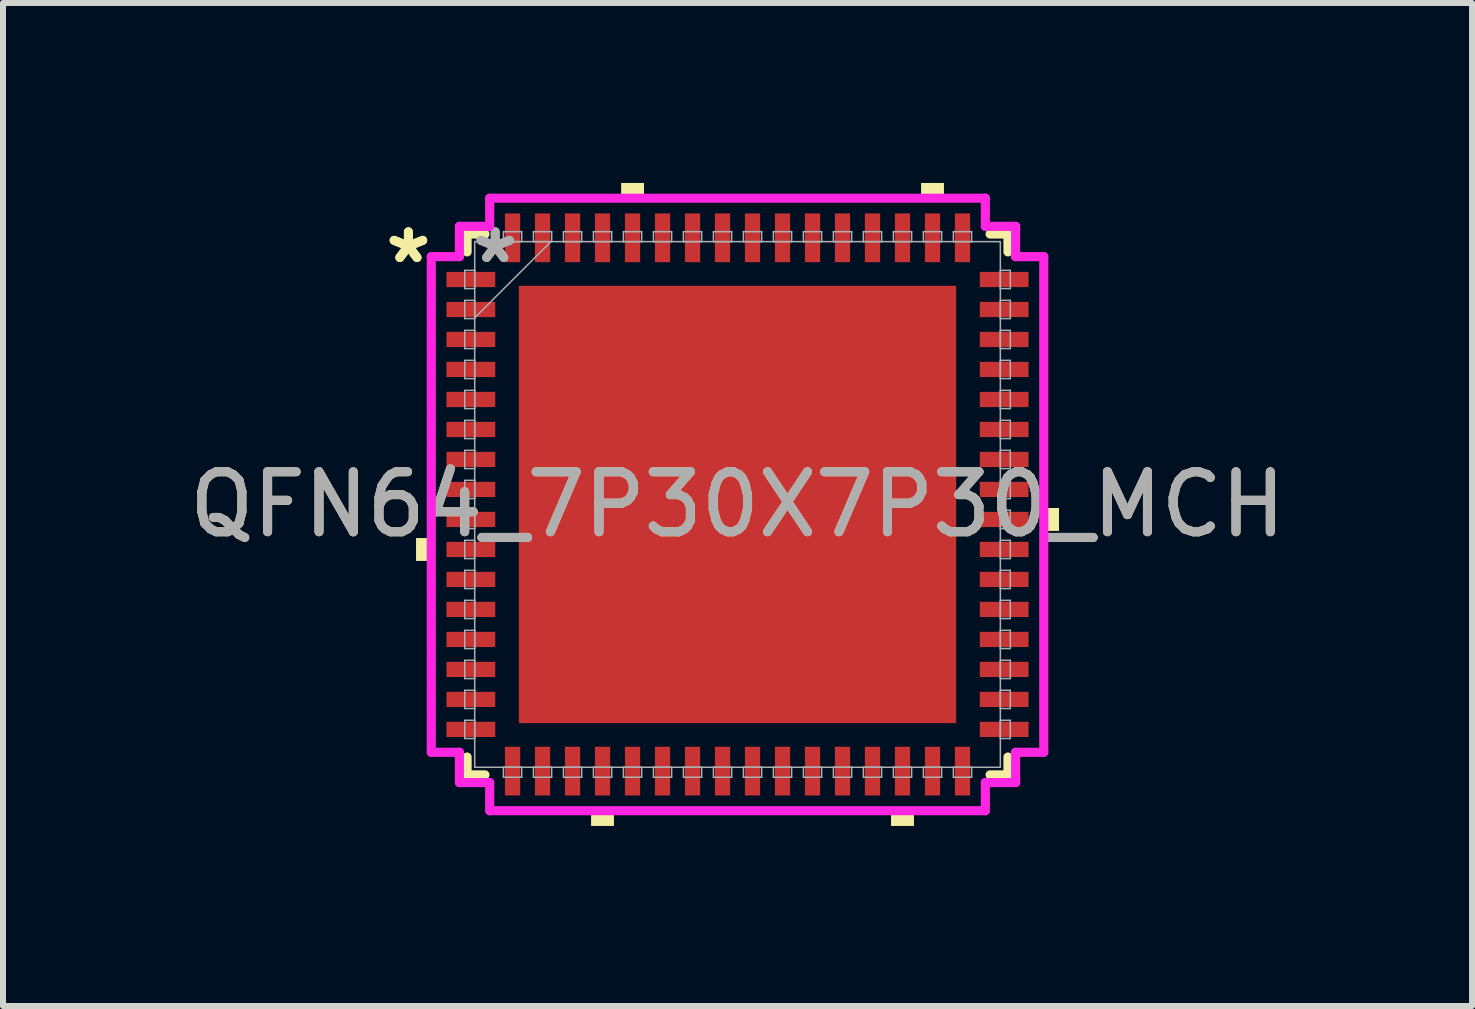
<source format=kicad_pcb>
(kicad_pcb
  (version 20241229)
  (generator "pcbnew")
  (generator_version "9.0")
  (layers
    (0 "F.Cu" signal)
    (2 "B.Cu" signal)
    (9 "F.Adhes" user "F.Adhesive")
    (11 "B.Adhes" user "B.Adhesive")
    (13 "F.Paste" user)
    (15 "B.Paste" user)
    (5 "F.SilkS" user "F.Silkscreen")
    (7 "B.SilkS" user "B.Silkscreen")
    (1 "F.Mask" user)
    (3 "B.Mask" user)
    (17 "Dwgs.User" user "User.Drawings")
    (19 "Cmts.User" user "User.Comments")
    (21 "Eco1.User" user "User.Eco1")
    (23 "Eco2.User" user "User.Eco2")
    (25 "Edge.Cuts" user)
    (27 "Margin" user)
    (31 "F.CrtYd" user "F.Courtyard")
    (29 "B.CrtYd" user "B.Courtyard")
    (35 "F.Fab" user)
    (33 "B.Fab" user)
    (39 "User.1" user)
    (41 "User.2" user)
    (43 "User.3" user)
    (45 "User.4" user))
  (footprint "QFN64_7P30X7P30_MCH"
    (layer "F.Cu")
    (at 9.244 5.359)
    (property "Reference" "QFN64_7P30X7P30_MCH" (at 0 0 0) (unlocked yes) (layer "F.SilkS") (effects (font (size 1 1) (thickness 0.15))))
    (attr smd)
    (fp_line (start -4.508 -4.508) (end -4.508 -4.21) (stroke (width 0.152) (type solid)) (layer "F.SilkS"))
    (fp_line (start -4.508 4.21) (end -4.508 4.508) (stroke (width 0.152) (type solid)) (layer "F.SilkS"))
    (fp_line (start -4.508 4.508) (end -4.21 4.508) (stroke (width 0.152) (type solid)) (layer "F.SilkS"))
    (fp_line (start -4.21 -4.508) (end -4.508 -4.508) (stroke (width 0.152) (type solid)) (layer "F.SilkS"))
    (fp_line (start 4.21 4.508) (end 4.508 4.508) (stroke (width 0.152) (type solid)) (layer "F.SilkS"))
    (fp_line (start 4.508 -4.508) (end 4.21 -4.508) (stroke (width 0.152) (type solid)) (layer "F.SilkS"))
    (fp_line (start 4.508 -4.21) (end 4.508 -4.508) (stroke (width 0.152) (type solid)) (layer "F.SilkS"))
    (fp_line (start 4.508 4.508) (end 4.508 4.21) (stroke (width 0.152) (type solid)) (layer "F.SilkS"))
    (fp_poly (pts (xy -5.359 0.56) (xy -5.359 0.941) (xy -5.105 0.941) (xy -5.105 0.56)) (stroke (width 0) (type solid)) (fill yes) (layer "F.SilkS"))
    (fp_poly (pts (xy -2.441 5.105) (xy -2.441 5.359) (xy -2.06 5.359) (xy -2.06 5.105)) (stroke (width 0) (type solid)) (fill yes) (layer "F.SilkS"))
    (fp_poly (pts (xy -1.94 -5.105) (xy -1.94 -5.359) (xy -1.559 -5.359) (xy -1.559 -5.105)) (stroke (width 0) (type solid)) (fill yes) (layer "F.SilkS"))
    (fp_poly (pts (xy 2.559 5.105) (xy 2.559 5.359) (xy 2.941 5.359) (xy 2.941 5.105)) (stroke (width 0) (type solid)) (fill yes) (layer "F.SilkS"))
    (fp_poly (pts (xy 3.06 -5.105) (xy 3.06 -5.359) (xy 3.441 -5.359) (xy 3.441 -5.105)) (stroke (width 0) (type solid)) (fill yes) (layer "F.SilkS"))
    (fp_poly (pts (xy 5.359 0.059) (xy 5.359 0.441) (xy 5.105 0.441) (xy 5.105 0.059)) (stroke (width 0) (type solid)) (fill yes) (layer "F.SilkS"))
    (fp_poly (pts (xy -3.545 -3.545) (xy -3.545 -2.287) (xy -2.287 -2.287) (xy -2.287 -3.545)) (stroke (width 0) (type solid)) (fill yes) (layer "F.Paste"))
    (fp_poly (pts (xy -3.545 -2.087) (xy -3.545 -0.829) (xy -2.287 -0.829) (xy -2.287 -2.087)) (stroke (width 0) (type solid)) (fill yes) (layer "F.Paste"))
    (fp_poly (pts (xy -3.545 -0.629) (xy -3.545 0.629) (xy -2.287 0.629) (xy -2.287 -0.629)) (stroke (width 0) (type solid)) (fill yes) (layer "F.Paste"))
    (fp_poly (pts (xy -3.545 0.829) (xy -3.545 2.087) (xy -2.287 2.087) (xy -2.287 0.829)) (stroke (width 0) (type solid)) (fill yes) (layer "F.Paste"))
    (fp_poly (pts (xy -3.545 2.287) (xy -3.545 3.545) (xy -2.287 3.545) (xy -2.287 2.287)) (stroke (width 0) (type solid)) (fill yes) (layer "F.Paste"))
    (fp_poly (pts (xy -2.087 -3.545) (xy -2.087 -2.287) (xy -0.829 -2.287) (xy -0.829 -3.545)) (stroke (width 0) (type solid)) (fill yes) (layer "F.Paste"))
    (fp_poly (pts (xy -2.087 -2.087) (xy -2.087 -0.829) (xy -0.829 -0.829) (xy -0.829 -2.087)) (stroke (width 0) (type solid)) (fill yes) (layer "F.Paste"))
    (fp_poly (pts (xy -2.087 -0.629) (xy -2.087 0.629) (xy -0.829 0.629) (xy -0.829 -0.629)) (stroke (width 0) (type solid)) (fill yes) (layer "F.Paste"))
    (fp_poly (pts (xy -2.087 0.829) (xy -2.087 2.087) (xy -0.829 2.087) (xy -0.829 0.829)) (stroke (width 0) (type solid)) (fill yes) (layer "F.Paste"))
    (fp_poly (pts (xy -2.087 2.287) (xy -2.087 3.545) (xy -0.829 3.545) (xy -0.829 2.287)) (stroke (width 0) (type solid)) (fill yes) (layer "F.Paste"))
    (fp_poly (pts (xy -0.629 -3.545) (xy -0.629 -2.287) (xy 0.629 -2.287) (xy 0.629 -3.545)) (stroke (width 0) (type solid)) (fill yes) (layer "F.Paste"))
    (fp_poly (pts (xy -0.629 -2.087) (xy -0.629 -0.829) (xy 0.629 -0.829) (xy 0.629 -2.087)) (stroke (width 0) (type solid)) (fill yes) (layer "F.Paste"))
    (fp_poly (pts (xy -0.629 -0.629) (xy -0.629 0.629) (xy 0.629 0.629) (xy 0.629 -0.629)) (stroke (width 0) (type solid)) (fill yes) (layer "F.Paste"))
    (fp_poly (pts (xy -0.629 0.829) (xy -0.629 2.087) (xy 0.629 2.087) (xy 0.629 0.829)) (stroke (width 0) (type solid)) (fill yes) (layer "F.Paste"))
    (fp_poly (pts (xy -0.629 2.287) (xy -0.629 3.545) (xy 0.629 3.545) (xy 0.629 2.287)) (stroke (width 0) (type solid)) (fill yes) (layer "F.Paste"))
    (fp_poly (pts (xy 0.829 -3.545) (xy 0.829 -2.287) (xy 2.087 -2.287) (xy 2.087 -3.545)) (stroke (width 0) (type solid)) (fill yes) (layer "F.Paste"))
    (fp_poly (pts (xy 0.829 -2.087) (xy 0.829 -0.829) (xy 2.087 -0.829) (xy 2.087 -2.087)) (stroke (width 0) (type solid)) (fill yes) (layer "F.Paste"))
    (fp_poly (pts (xy 0.829 -0.629) (xy 0.829 0.629) (xy 2.087 0.629) (xy 2.087 -0.629)) (stroke (width 0) (type solid)) (fill yes) (layer "F.Paste"))
    (fp_poly (pts (xy 0.829 0.829) (xy 0.829 2.087) (xy 2.087 2.087) (xy 2.087 0.829)) (stroke (width 0) (type solid)) (fill yes) (layer "F.Paste"))
    (fp_poly (pts (xy 0.829 2.287) (xy 0.829 3.545) (xy 2.087 3.545) (xy 2.087 2.287)) (stroke (width 0) (type solid)) (fill yes) (layer "F.Paste"))
    (fp_poly (pts (xy 2.287 -3.545) (xy 2.287 -2.287) (xy 3.545 -2.287) (xy 3.545 -3.545)) (stroke (width 0) (type solid)) (fill yes) (layer "F.Paste"))
    (fp_poly (pts (xy 2.287 -2.087) (xy 2.287 -0.829) (xy 3.545 -0.829) (xy 3.545 -2.087)) (stroke (width 0) (type solid)) (fill yes) (layer "F.Paste"))
    (fp_poly (pts (xy 2.287 -0.629) (xy 2.287 0.629) (xy 3.545 0.629) (xy 3.545 -0.629)) (stroke (width 0) (type solid)) (fill yes) (layer "F.Paste"))
    (fp_poly (pts (xy 2.287 0.829) (xy 2.287 2.087) (xy 3.545 2.087) (xy 3.545 0.829)) (stroke (width 0) (type solid)) (fill yes) (layer "F.Paste"))
    (fp_poly (pts (xy 2.287 2.287) (xy 2.287 3.545) (xy 3.545 3.545) (xy 3.545 2.287)) (stroke (width 0) (type solid)) (fill yes) (layer "F.Paste"))
    (fp_line (start -5.105 -4.131) (end -4.636 -4.131) (stroke (width 0.152) (type solid)) (layer "F.CrtYd"))
    (fp_line (start -5.105 4.131) (end -5.105 -4.131) (stroke (width 0.152) (type solid)) (layer "F.CrtYd"))
    (fp_line (start -4.636 -4.636) (end -4.131 -4.636) (stroke (width 0.152) (type solid)) (layer "F.CrtYd"))
    (fp_line (start -4.636 -4.131) (end -4.636 -4.636) (stroke (width 0.152) (type solid)) (layer "F.CrtYd"))
    (fp_line (start -4.636 4.131) (end -5.105 4.131) (stroke (width 0.152) (type solid)) (layer "F.CrtYd"))
    (fp_line (start -4.636 4.636) (end -4.636 4.131) (stroke (width 0.152) (type solid)) (layer "F.CrtYd"))
    (fp_line (start -4.131 -5.105) (end 4.131 -5.105) (stroke (width 0.152) (type solid)) (layer "F.CrtYd"))
    (fp_line (start -4.131 -4.636) (end -4.131 -5.105) (stroke (width 0.152) (type solid)) (layer "F.CrtYd"))
    (fp_line (start -4.131 4.636) (end -4.636 4.636) (stroke (width 0.152) (type solid)) (layer "F.CrtYd"))
    (fp_line (start -4.131 5.105) (end -4.131 4.636) (stroke (width 0.152) (type solid)) (layer "F.CrtYd"))
    (fp_line (start 4.131 -5.105) (end 4.131 -4.636) (stroke (width 0.152) (type solid)) (layer "F.CrtYd"))
    (fp_line (start 4.131 -4.636) (end 4.636 -4.636) (stroke (width 0.152) (type solid)) (layer "F.CrtYd"))
    (fp_line (start 4.131 4.636) (end 4.131 5.105) (stroke (width 0.152) (type solid)) (layer "F.CrtYd"))
    (fp_line (start 4.131 5.105) (end -4.131 5.105) (stroke (width 0.152) (type solid)) (layer "F.CrtYd"))
    (fp_line (start 4.636 -4.636) (end 4.636 -4.131) (stroke (width 0.152) (type solid)) (layer "F.CrtYd"))
    (fp_line (start 4.636 -4.131) (end 5.105 -4.131) (stroke (width 0.152) (type solid)) (layer "F.CrtYd"))
    (fp_line (start 4.636 4.131) (end 4.636 4.636) (stroke (width 0.152) (type solid)) (layer "F.CrtYd"))
    (fp_line (start 4.636 4.636) (end 4.131 4.636) (stroke (width 0.152) (type solid)) (layer "F.CrtYd"))
    (fp_line (start 5.105 -4.131) (end 5.105 4.131) (stroke (width 0.152) (type solid)) (layer "F.CrtYd"))
    (fp_line (start 5.105 4.131) (end 4.636 4.131) (stroke (width 0.152) (type solid)) (layer "F.CrtYd"))
    (fp_line (start -4.547 -3.902) (end -4.547 -3.598) (stroke (width 0.025) (type solid)) (layer "F.Fab"))
    (fp_line (start -4.547 -3.598) (end -4.381 -3.598) (stroke (width 0.025) (type solid)) (layer "F.Fab"))
    (fp_line (start -4.547 -3.402) (end -4.547 -3.098) (stroke (width 0.025) (type solid)) (layer "F.Fab"))
    (fp_line (start -4.547 -3.098) (end -4.381 -3.098) (stroke (width 0.025) (type solid)) (layer "F.Fab"))
    (fp_line (start -4.547 -2.902) (end -4.547 -2.598) (stroke (width 0.025) (type solid)) (layer "F.Fab"))
    (fp_line (start -4.547 -2.598) (end -4.381 -2.598) (stroke (width 0.025) (type solid)) (layer "F.Fab"))
    (fp_line (start -4.547 -2.402) (end -4.547 -2.098) (stroke (width 0.025) (type solid)) (layer "F.Fab"))
    (fp_line (start -4.547 -2.098) (end -4.381 -2.098) (stroke (width 0.025) (type solid)) (layer "F.Fab"))
    (fp_line (start -4.547 -1.902) (end -4.547 -1.598) (stroke (width 0.025) (type solid)) (layer "F.Fab"))
    (fp_line (start -4.547 -1.598) (end -4.381 -1.598) (stroke (width 0.025) (type solid)) (layer "F.Fab"))
    (fp_line (start -4.547 -1.402) (end -4.547 -1.098) (stroke (width 0.025) (type solid)) (layer "F.Fab"))
    (fp_line (start -4.547 -1.098) (end -4.381 -1.098) (stroke (width 0.025) (type solid)) (layer "F.Fab"))
    (fp_line (start -4.547 -0.902) (end -4.547 -0.598) (stroke (width 0.025) (type solid)) (layer "F.Fab"))
    (fp_line (start -4.547 -0.598) (end -4.381 -0.598) (stroke (width 0.025) (type solid)) (layer "F.Fab"))
    (fp_line (start -4.547 -0.402) (end -4.547 -0.098) (stroke (width 0.025) (type solid)) (layer "F.Fab"))
    (fp_line (start -4.547 -0.098) (end -4.381 -0.098) (stroke (width 0.025) (type solid)) (layer "F.Fab"))
    (fp_line (start -4.547 0.098) (end -4.547 0.402) (stroke (width 0.025) (type solid)) (layer "F.Fab"))
    (fp_line (start -4.547 0.402) (end -4.381 0.402) (stroke (width 0.025) (type solid)) (layer "F.Fab"))
    (fp_line (start -4.547 0.598) (end -4.547 0.902) (stroke (width 0.025) (type solid)) (layer "F.Fab"))
    (fp_line (start -4.547 0.902) (end -4.381 0.902) (stroke (width 0.025) (type solid)) (layer "F.Fab"))
    (fp_line (start -4.547 1.098) (end -4.547 1.402) (stroke (width 0.025) (type solid)) (layer "F.Fab"))
    (fp_line (start -4.547 1.402) (end -4.381 1.402) (stroke (width 0.025) (type solid)) (layer "F.Fab"))
    (fp_line (start -4.547 1.598) (end -4.547 1.902) (stroke (width 0.025) (type solid)) (layer "F.Fab"))
    (fp_line (start -4.547 1.902) (end -4.381 1.902) (stroke (width 0.025) (type solid)) (layer "F.Fab"))
    (fp_line (start -4.547 2.098) (end -4.547 2.402) (stroke (width 0.025) (type solid)) (layer "F.Fab"))
    (fp_line (start -4.547 2.402) (end -4.381 2.402) (stroke (width 0.025) (type solid)) (layer "F.Fab"))
    (fp_line (start -4.547 2.598) (end -4.547 2.902) (stroke (width 0.025) (type solid)) (layer "F.Fab"))
    (fp_line (start -4.547 2.902) (end -4.381 2.902) (stroke (width 0.025) (type solid)) (layer "F.Fab"))
    (fp_line (start -4.547 3.098) (end -4.547 3.402) (stroke (width 0.025) (type solid)) (layer "F.Fab"))
    (fp_line (start -4.547 3.402) (end -4.381 3.402) (stroke (width 0.025) (type solid)) (layer "F.Fab"))
    (fp_line (start -4.547 3.598) (end -4.547 3.902) (stroke (width 0.025) (type solid)) (layer "F.Fab"))
    (fp_line (start -4.547 3.902) (end -4.381 3.902) (stroke (width 0.025) (type solid)) (layer "F.Fab"))
    (fp_line (start -4.381 -4.381) (end -4.381 -4.381) (stroke (width 0.025) (type solid)) (layer "F.Fab"))
    (fp_line (start -4.381 -4.381) (end -4.381 4.381) (stroke (width 0.025) (type solid)) (layer "F.Fab"))
    (fp_line (start -4.381 -3.902) (end -4.547 -3.902) (stroke (width 0.025) (type solid)) (layer "F.Fab"))
    (fp_line (start -4.381 -3.598) (end -4.381 -3.902) (stroke (width 0.025) (type solid)) (layer "F.Fab"))
    (fp_line (start -4.381 -3.402) (end -4.547 -3.402) (stroke (width 0.025) (type solid)) (layer "F.Fab"))
    (fp_line (start -4.381 -3.111) (end -3.111 -4.381) (stroke (width 0.025) (type solid)) (layer "F.Fab"))
    (fp_line (start -4.381 -3.098) (end -4.381 -3.402) (stroke (width 0.025) (type solid)) (layer "F.Fab"))
    (fp_line (start -4.381 -2.902) (end -4.547 -2.902) (stroke (width 0.025) (type solid)) (layer "F.Fab"))
    (fp_line (start -4.381 -2.598) (end -4.381 -2.902) (stroke (width 0.025) (type solid)) (layer "F.Fab"))
    (fp_line (start -4.381 -2.402) (end -4.547 -2.402) (stroke (width 0.025) (type solid)) (layer "F.Fab"))
    (fp_line (start -4.381 -2.098) (end -4.381 -2.402) (stroke (width 0.025) (type solid)) (layer "F.Fab"))
    (fp_line (start -4.381 -1.902) (end -4.547 -1.902) (stroke (width 0.025) (type solid)) (layer "F.Fab"))
    (fp_line (start -4.381 -1.598) (end -4.381 -1.902) (stroke (width 0.025) (type solid)) (layer "F.Fab"))
    (fp_line (start -4.381 -1.402) (end -4.547 -1.402) (stroke (width 0.025) (type solid)) (layer "F.Fab"))
    (fp_line (start -4.381 -1.098) (end -4.381 -1.402) (stroke (width 0.025) (type solid)) (layer "F.Fab"))
    (fp_line (start -4.381 -0.902) (end -4.547 -0.902) (stroke (width 0.025) (type solid)) (layer "F.Fab"))
    (fp_line (start -4.381 -0.598) (end -4.381 -0.902) (stroke (width 0.025) (type solid)) (layer "F.Fab"))
    (fp_line (start -4.381 -0.402) (end -4.547 -0.402) (stroke (width 0.025) (type solid)) (layer "F.Fab"))
    (fp_line (start -4.381 -0.098) (end -4.381 -0.402) (stroke (width 0.025) (type solid)) (layer "F.Fab"))
    (fp_line (start -4.381 0.098) (end -4.547 0.098) (stroke (width 0.025) (type solid)) (layer "F.Fab"))
    (fp_line (start -4.381 0.402) (end -4.381 0.098) (stroke (width 0.025) (type solid)) (layer "F.Fab"))
    (fp_line (start -4.381 0.598) (end -4.547 0.598) (stroke (width 0.025) (type solid)) (layer "F.Fab"))
    (fp_line (start -4.381 0.902) (end -4.381 0.598) (stroke (width 0.025) (type solid)) (layer "F.Fab"))
    (fp_line (start -4.381 1.098) (end -4.547 1.098) (stroke (width 0.025) (type solid)) (layer "F.Fab"))
    (fp_line (start -4.381 1.402) (end -4.381 1.098) (stroke (width 0.025) (type solid)) (layer "F.Fab"))
    (fp_line (start -4.381 1.598) (end -4.547 1.598) (stroke (width 0.025) (type solid)) (layer "F.Fab"))
    (fp_line (start -4.381 1.902) (end -4.381 1.598) (stroke (width 0.025) (type solid)) (layer "F.Fab"))
    (fp_line (start -4.381 2.098) (end -4.547 2.098) (stroke (width 0.025) (type solid)) (layer "F.Fab"))
    (fp_line (start -4.381 2.402) (end -4.381 2.098) (stroke (width 0.025) (type solid)) (layer "F.Fab"))
    (fp_line (start -4.381 2.598) (end -4.547 2.598) (stroke (width 0.025) (type solid)) (layer "F.Fab"))
    (fp_line (start -4.381 2.902) (end -4.381 2.598) (stroke (width 0.025) (type solid)) (layer "F.Fab"))
    (fp_line (start -4.381 3.098) (end -4.547 3.098) (stroke (width 0.025) (type solid)) (layer "F.Fab"))
    (fp_line (start -4.381 3.402) (end -4.381 3.098) (stroke (width 0.025) (type solid)) (layer "F.Fab"))
    (fp_line (start -4.381 3.598) (end -4.547 3.598) (stroke (width 0.025) (type solid)) (layer "F.Fab"))
    (fp_line (start -4.381 3.902) (end -4.381 3.598) (stroke (width 0.025) (type solid)) (layer "F.Fab"))
    (fp_line (start -4.381 4.381) (end -4.381 4.381) (stroke (width 0.025) (type solid)) (layer "F.Fab"))
    (fp_line (start -4.381 4.381) (end 4.381 4.381) (stroke (width 0.025) (type solid)) (layer "F.Fab"))
    (fp_line (start -3.902 -4.547) (end -3.902 -4.381) (stroke (width 0.025) (type solid)) (layer "F.Fab"))
    (fp_line (start -3.902 -4.381) (end -3.598 -4.381) (stroke (width 0.025) (type solid)) (layer "F.Fab"))
    (fp_line (start -3.902 4.381) (end -3.902 4.547) (stroke (width 0.025) (type solid)) (layer "F.Fab"))
    (fp_line (start -3.902 4.547) (end -3.598 4.547) (stroke (width 0.025) (type solid)) (layer "F.Fab"))
    (fp_line (start -3.598 -4.547) (end -3.902 -4.547) (stroke (width 0.025) (type solid)) (layer "F.Fab"))
    (fp_line (start -3.598 -4.381) (end -3.598 -4.547) (stroke (width 0.025) (type solid)) (layer "F.Fab"))
    (fp_line (start -3.598 4.381) (end -3.902 4.381) (stroke (width 0.025) (type solid)) (layer "F.Fab"))
    (fp_line (start -3.598 4.547) (end -3.598 4.381) (stroke (width 0.025) (type solid)) (layer "F.Fab"))
    (fp_line (start -3.402 -4.547) (end -3.402 -4.381) (stroke (width 0.025) (type solid)) (layer "F.Fab"))
    (fp_line (start -3.402 -4.381) (end -3.098 -4.381) (stroke (width 0.025) (type solid)) (layer "F.Fab"))
    (fp_line (start -3.402 4.381) (end -3.402 4.547) (stroke (width 0.025) (type solid)) (layer "F.Fab"))
    (fp_line (start -3.402 4.547) (end -3.098 4.547) (stroke (width 0.025) (type solid)) (layer "F.Fab"))
    (fp_line (start -3.098 -4.547) (end -3.402 -4.547) (stroke (width 0.025) (type solid)) (layer "F.Fab"))
    (fp_line (start -3.098 -4.381) (end -3.098 -4.547) (stroke (width 0.025) (type solid)) (layer "F.Fab"))
    (fp_line (start -3.098 4.381) (end -3.402 4.381) (stroke (width 0.025) (type solid)) (layer "F.Fab"))
    (fp_line (start -3.098 4.547) (end -3.098 4.381) (stroke (width 0.025) (type solid)) (layer "F.Fab"))
    (fp_line (start -2.902 -4.547) (end -2.902 -4.381) (stroke (width 0.025) (type solid)) (layer "F.Fab"))
    (fp_line (start -2.902 -4.381) (end -2.598 -4.381) (stroke (width 0.025) (type solid)) (layer "F.Fab"))
    (fp_line (start -2.902 4.381) (end -2.902 4.547) (stroke (width 0.025) (type solid)) (layer "F.Fab"))
    (fp_line (start -2.902 4.547) (end -2.598 4.547) (stroke (width 0.025) (type solid)) (layer "F.Fab"))
    (fp_line (start -2.598 -4.547) (end -2.902 -4.547) (stroke (width 0.025) (type solid)) (layer "F.Fab"))
    (fp_line (start -2.598 -4.381) (end -2.598 -4.547) (stroke (width 0.025) (type solid)) (layer "F.Fab"))
    (fp_line (start -2.598 4.381) (end -2.902 4.381) (stroke (width 0.025) (type solid)) (layer "F.Fab"))
    (fp_line (start -2.598 4.547) (end -2.598 4.381) (stroke (width 0.025) (type solid)) (layer "F.Fab"))
    (fp_line (start -2.402 -4.547) (end -2.402 -4.381) (stroke (width 0.025) (type solid)) (layer "F.Fab"))
    (fp_line (start -2.402 -4.381) (end -2.098 -4.381) (stroke (width 0.025) (type solid)) (layer "F.Fab"))
    (fp_line (start -2.402 4.381) (end -2.402 4.547) (stroke (width 0.025) (type solid)) (layer "F.Fab"))
    (fp_line (start -2.402 4.547) (end -2.098 4.547) (stroke (width 0.025) (type solid)) (layer "F.Fab"))
    (fp_line (start -2.098 -4.547) (end -2.402 -4.547) (stroke (width 0.025) (type solid)) (layer "F.Fab"))
    (fp_line (start -2.098 -4.381) (end -2.098 -4.547) (stroke (width 0.025) (type solid)) (layer "F.Fab"))
    (fp_line (start -2.098 4.381) (end -2.402 4.381) (stroke (width 0.025) (type solid)) (layer "F.Fab"))
    (fp_line (start -2.098 4.547) (end -2.098 4.381) (stroke (width 0.025) (type solid)) (layer "F.Fab"))
    (fp_line (start -1.902 -4.547) (end -1.902 -4.381) (stroke (width 0.025) (type solid)) (layer "F.Fab"))
    (fp_line (start -1.902 -4.381) (end -1.598 -4.381) (stroke (width 0.025) (type solid)) (layer "F.Fab"))
    (fp_line (start -1.902 4.381) (end -1.902 4.547) (stroke (width 0.025) (type solid)) (layer "F.Fab"))
    (fp_line (start -1.902 4.547) (end -1.598 4.547) (stroke (width 0.025) (type solid)) (layer "F.Fab"))
    (fp_line (start -1.598 -4.547) (end -1.902 -4.547) (stroke (width 0.025) (type solid)) (layer "F.Fab"))
    (fp_line (start -1.598 -4.381) (end -1.598 -4.547) (stroke (width 0.025) (type solid)) (layer "F.Fab"))
    (fp_line (start -1.598 4.381) (end -1.902 4.381) (stroke (width 0.025) (type solid)) (layer "F.Fab"))
    (fp_line (start -1.598 4.547) (end -1.598 4.381) (stroke (width 0.025) (type solid)) (layer "F.Fab"))
    (fp_line (start -1.402 -4.547) (end -1.402 -4.381) (stroke (width 0.025) (type solid)) (layer "F.Fab"))
    (fp_line (start -1.402 -4.381) (end -1.098 -4.381) (stroke (width 0.025) (type solid)) (layer "F.Fab"))
    (fp_line (start -1.402 4.381) (end -1.402 4.547) (stroke (width 0.025) (type solid)) (layer "F.Fab"))
    (fp_line (start -1.402 4.547) (end -1.098 4.547) (stroke (width 0.025) (type solid)) (layer "F.Fab"))
    (fp_line (start -1.098 -4.547) (end -1.402 -4.547) (stroke (width 0.025) (type solid)) (layer "F.Fab"))
    (fp_line (start -1.098 -4.381) (end -1.098 -4.547) (stroke (width 0.025) (type solid)) (layer "F.Fab"))
    (fp_line (start -1.098 4.381) (end -1.402 4.381) (stroke (width 0.025) (type solid)) (layer "F.Fab"))
    (fp_line (start -1.098 4.547) (end -1.098 4.381) (stroke (width 0.025) (type solid)) (layer "F.Fab"))
    (fp_line (start -0.902 -4.547) (end -0.902 -4.381) (stroke (width 0.025) (type solid)) (layer "F.Fab"))
    (fp_line (start -0.902 -4.381) (end -0.598 -4.381) (stroke (width 0.025) (type solid)) (layer "F.Fab"))
    (fp_line (start -0.902 4.381) (end -0.902 4.547) (stroke (width 0.025) (type solid)) (layer "F.Fab"))
    (fp_line (start -0.902 4.547) (end -0.598 4.547) (stroke (width 0.025) (type solid)) (layer "F.Fab"))
    (fp_line (start -0.598 -4.547) (end -0.902 -4.547) (stroke (width 0.025) (type solid)) (layer "F.Fab"))
    (fp_line (start -0.598 -4.381) (end -0.598 -4.547) (stroke (width 0.025) (type solid)) (layer "F.Fab"))
    (fp_line (start -0.598 4.381) (end -0.902 4.381) (stroke (width 0.025) (type solid)) (layer "F.Fab"))
    (fp_line (start -0.598 4.547) (end -0.598 4.381) (stroke (width 0.025) (type solid)) (layer "F.Fab"))
    (fp_line (start -0.402 -4.547) (end -0.402 -4.381) (stroke (width 0.025) (type solid)) (layer "F.Fab"))
    (fp_line (start -0.402 -4.381) (end -0.098 -4.381) (stroke (width 0.025) (type solid)) (layer "F.Fab"))
    (fp_line (start -0.402 4.381) (end -0.402 4.547) (stroke (width 0.025) (type solid)) (layer "F.Fab"))
    (fp_line (start -0.402 4.547) (end -0.098 4.547) (stroke (width 0.025) (type solid)) (layer "F.Fab"))
    (fp_line (start -0.098 -4.547) (end -0.402 -4.547) (stroke (width 0.025) (type solid)) (layer "F.Fab"))
    (fp_line (start -0.098 -4.381) (end -0.098 -4.547) (stroke (width 0.025) (type solid)) (layer "F.Fab"))
    (fp_line (start -0.098 4.381) (end -0.402 4.381) (stroke (width 0.025) (type solid)) (layer "F.Fab"))
    (fp_line (start -0.098 4.547) (end -0.098 4.381) (stroke (width 0.025) (type solid)) (layer "F.Fab"))
    (fp_line (start 0.098 -4.547) (end 0.098 -4.381) (stroke (width 0.025) (type solid)) (layer "F.Fab"))
    (fp_line (start 0.098 -4.381) (end 0.402 -4.381) (stroke (width 0.025) (type solid)) (layer "F.Fab"))
    (fp_line (start 0.098 4.381) (end 0.098 4.547) (stroke (width 0.025) (type solid)) (layer "F.Fab"))
    (fp_line (start 0.098 4.547) (end 0.402 4.547) (stroke (width 0.025) (type solid)) (layer "F.Fab"))
    (fp_line (start 0.402 -4.547) (end 0.098 -4.547) (stroke (width 0.025) (type solid)) (layer "F.Fab"))
    (fp_line (start 0.402 -4.381) (end 0.402 -4.547) (stroke (width 0.025) (type solid)) (layer "F.Fab"))
    (fp_line (start 0.402 4.381) (end 0.098 4.381) (stroke (width 0.025) (type solid)) (layer "F.Fab"))
    (fp_line (start 0.402 4.547) (end 0.402 4.381) (stroke (width 0.025) (type solid)) (layer "F.Fab"))
    (fp_line (start 0.598 -4.547) (end 0.598 -4.381) (stroke (width 0.025) (type solid)) (layer "F.Fab"))
    (fp_line (start 0.598 -4.381) (end 0.902 -4.381) (stroke (width 0.025) (type solid)) (layer "F.Fab"))
    (fp_line (start 0.598 4.381) (end 0.598 4.547) (stroke (width 0.025) (type solid)) (layer "F.Fab"))
    (fp_line (start 0.598 4.547) (end 0.902 4.547) (stroke (width 0.025) (type solid)) (layer "F.Fab"))
    (fp_line (start 0.902 -4.547) (end 0.598 -4.547) (stroke (width 0.025) (type solid)) (layer "F.Fab"))
    (fp_line (start 0.902 -4.381) (end 0.902 -4.547) (stroke (width 0.025) (type solid)) (layer "F.Fab"))
    (fp_line (start 0.902 4.381) (end 0.598 4.381) (stroke (width 0.025) (type solid)) (layer "F.Fab"))
    (fp_line (start 0.902 4.547) (end 0.902 4.381) (stroke (width 0.025) (type solid)) (layer "F.Fab"))
    (fp_line (start 1.098 -4.547) (end 1.098 -4.381) (stroke (width 0.025) (type solid)) (layer "F.Fab"))
    (fp_line (start 1.098 -4.381) (end 1.402 -4.381) (stroke (width 0.025) (type solid)) (layer "F.Fab"))
    (fp_line (start 1.098 4.381) (end 1.098 4.547) (stroke (width 0.025) (type solid)) (layer "F.Fab"))
    (fp_line (start 1.098 4.547) (end 1.402 4.547) (stroke (width 0.025) (type solid)) (layer "F.Fab"))
    (fp_line (start 1.402 -4.547) (end 1.098 -4.547) (stroke (width 0.025) (type solid)) (layer "F.Fab"))
    (fp_line (start 1.402 -4.381) (end 1.402 -4.547) (stroke (width 0.025) (type solid)) (layer "F.Fab"))
    (fp_line (start 1.402 4.381) (end 1.098 4.381) (stroke (width 0.025) (type solid)) (layer "F.Fab"))
    (fp_line (start 1.402 4.547) (end 1.402 4.381) (stroke (width 0.025) (type solid)) (layer "F.Fab"))
    (fp_line (start 1.598 -4.547) (end 1.598 -4.381) (stroke (width 0.025) (type solid)) (layer "F.Fab"))
    (fp_line (start 1.598 -4.381) (end 1.902 -4.381) (stroke (width 0.025) (type solid)) (layer "F.Fab"))
    (fp_line (start 1.598 4.381) (end 1.598 4.547) (stroke (width 0.025) (type solid)) (layer "F.Fab"))
    (fp_line (start 1.598 4.547) (end 1.902 4.547) (stroke (width 0.025) (type solid)) (layer "F.Fab"))
    (fp_line (start 1.902 -4.547) (end 1.598 -4.547) (stroke (width 0.025) (type solid)) (layer "F.Fab"))
    (fp_line (start 1.902 -4.381) (end 1.902 -4.547) (stroke (width 0.025) (type solid)) (layer "F.Fab"))
    (fp_line (start 1.902 4.381) (end 1.598 4.381) (stroke (width 0.025) (type solid)) (layer "F.Fab"))
    (fp_line (start 1.902 4.547) (end 1.902 4.381) (stroke (width 0.025) (type solid)) (layer "F.Fab"))
    (fp_line (start 2.098 -4.547) (end 2.098 -4.381) (stroke (width 0.025) (type solid)) (layer "F.Fab"))
    (fp_line (start 2.098 -4.381) (end 2.402 -4.381) (stroke (width 0.025) (type solid)) (layer "F.Fab"))
    (fp_line (start 2.098 4.381) (end 2.098 4.547) (stroke (width 0.025) (type solid)) (layer "F.Fab"))
    (fp_line (start 2.098 4.547) (end 2.402 4.547) (stroke (width 0.025) (type solid)) (layer "F.Fab"))
    (fp_line (start 2.402 -4.547) (end 2.098 -4.547) (stroke (width 0.025) (type solid)) (layer "F.Fab"))
    (fp_line (start 2.402 -4.381) (end 2.402 -4.547) (stroke (width 0.025) (type solid)) (layer "F.Fab"))
    (fp_line (start 2.402 4.381) (end 2.098 4.381) (stroke (width 0.025) (type solid)) (layer "F.Fab"))
    (fp_line (start 2.402 4.547) (end 2.402 4.381) (stroke (width 0.025) (type solid)) (layer "F.Fab"))
    (fp_line (start 2.598 -4.547) (end 2.598 -4.381) (stroke (width 0.025) (type solid)) (layer "F.Fab"))
    (fp_line (start 2.598 -4.381) (end 2.902 -4.381) (stroke (width 0.025) (type solid)) (layer "F.Fab"))
    (fp_line (start 2.598 4.381) (end 2.598 4.547) (stroke (width 0.025) (type solid)) (layer "F.Fab"))
    (fp_line (start 2.598 4.547) (end 2.902 4.547) (stroke (width 0.025) (type solid)) (layer "F.Fab"))
    (fp_line (start 2.902 -4.547) (end 2.598 -4.547) (stroke (width 0.025) (type solid)) (layer "F.Fab"))
    (fp_line (start 2.902 -4.381) (end 2.902 -4.547) (stroke (width 0.025) (type solid)) (layer "F.Fab"))
    (fp_line (start 2.902 4.381) (end 2.598 4.381) (stroke (width 0.025) (type solid)) (layer "F.Fab"))
    (fp_line (start 2.902 4.547) (end 2.902 4.381) (stroke (width 0.025) (type solid)) (layer "F.Fab"))
    (fp_line (start 3.098 -4.547) (end 3.098 -4.381) (stroke (width 0.025) (type solid)) (layer "F.Fab"))
    (fp_line (start 3.098 -4.381) (end 3.402 -4.381) (stroke (width 0.025) (type solid)) (layer "F.Fab"))
    (fp_line (start 3.098 4.381) (end 3.098 4.547) (stroke (width 0.025) (type solid)) (layer "F.Fab"))
    (fp_line (start 3.098 4.547) (end 3.402 4.547) (stroke (width 0.025) (type solid)) (layer "F.Fab"))
    (fp_line (start 3.402 -4.547) (end 3.098 -4.547) (stroke (width 0.025) (type solid)) (layer "F.Fab"))
    (fp_line (start 3.402 -4.381) (end 3.402 -4.547) (stroke (width 0.025) (type solid)) (layer "F.Fab"))
    (fp_line (start 3.402 4.381) (end 3.098 4.381) (stroke (width 0.025) (type solid)) (layer "F.Fab"))
    (fp_line (start 3.402 4.547) (end 3.402 4.381) (stroke (width 0.025) (type solid)) (layer "F.Fab"))
    (fp_line (start 3.598 -4.547) (end 3.598 -4.381) (stroke (width 0.025) (type solid)) (layer "F.Fab"))
    (fp_line (start 3.598 -4.381) (end 3.902 -4.381) (stroke (width 0.025) (type solid)) (layer "F.Fab"))
    (fp_line (start 3.598 4.381) (end 3.598 4.547) (stroke (width 0.025) (type solid)) (layer "F.Fab"))
    (fp_line (start 3.598 4.547) (end 3.902 4.547) (stroke (width 0.025) (type solid)) (layer "F.Fab"))
    (fp_line (start 3.902 -4.547) (end 3.598 -4.547) (stroke (width 0.025) (type solid)) (layer "F.Fab"))
    (fp_line (start 3.902 -4.381) (end 3.902 -4.547) (stroke (width 0.025) (type solid)) (layer "F.Fab"))
    (fp_line (start 3.902 4.381) (end 3.598 4.381) (stroke (width 0.025) (type solid)) (layer "F.Fab"))
    (fp_line (start 3.902 4.547) (end 3.902 4.381) (stroke (width 0.025) (type solid)) (layer "F.Fab"))
    (fp_line (start 4.381 -4.381) (end -4.381 -4.381) (stroke (width 0.025) (type solid)) (layer "F.Fab"))
    (fp_line (start 4.381 -4.381) (end 4.381 -4.381) (stroke (width 0.025) (type solid)) (layer "F.Fab"))
    (fp_line (start 4.381 -3.902) (end 4.381 -3.598) (stroke (width 0.025) (type solid)) (layer "F.Fab"))
    (fp_line (start 4.381 -3.598) (end 4.547 -3.598) (stroke (width 0.025) (type solid)) (layer "F.Fab"))
    (fp_line (start 4.381 -3.402) (end 4.381 -3.098) (stroke (width 0.025) (type solid)) (layer "F.Fab"))
    (fp_line (start 4.381 -3.098) (end 4.547 -3.098) (stroke (width 0.025) (type solid)) (layer "F.Fab"))
    (fp_line (start 4.381 -2.902) (end 4.381 -2.598) (stroke (width 0.025) (type solid)) (layer "F.Fab"))
    (fp_line (start 4.381 -2.598) (end 4.547 -2.598) (stroke (width 0.025) (type solid)) (layer "F.Fab"))
    (fp_line (start 4.381 -2.402) (end 4.381 -2.098) (stroke (width 0.025) (type solid)) (layer "F.Fab"))
    (fp_line (start 4.381 -2.098) (end 4.547 -2.098) (stroke (width 0.025) (type solid)) (layer "F.Fab"))
    (fp_line (start 4.381 -1.902) (end 4.381 -1.598) (stroke (width 0.025) (type solid)) (layer "F.Fab"))
    (fp_line (start 4.381 -1.598) (end 4.547 -1.598) (stroke (width 0.025) (type solid)) (layer "F.Fab"))
    (fp_line (start 4.381 -1.402) (end 4.381 -1.098) (stroke (width 0.025) (type solid)) (layer "F.Fab"))
    (fp_line (start 4.381 -1.098) (end 4.547 -1.098) (stroke (width 0.025) (type solid)) (layer "F.Fab"))
    (fp_line (start 4.381 -0.902) (end 4.381 -0.598) (stroke (width 0.025) (type solid)) (layer "F.Fab"))
    (fp_line (start 4.381 -0.598) (end 4.547 -0.598) (stroke (width 0.025) (type solid)) (layer "F.Fab"))
    (fp_line (start 4.381 -0.402) (end 4.381 -0.098) (stroke (width 0.025) (type solid)) (layer "F.Fab"))
    (fp_line (start 4.381 -0.098) (end 4.547 -0.098) (stroke (width 0.025) (type solid)) (layer "F.Fab"))
    (fp_line (start 4.381 0.098) (end 4.381 0.402) (stroke (width 0.025) (type solid)) (layer "F.Fab"))
    (fp_line (start 4.381 0.402) (end 4.547 0.402) (stroke (width 0.025) (type solid)) (layer "F.Fab"))
    (fp_line (start 4.381 0.598) (end 4.381 0.902) (stroke (width 0.025) (type solid)) (layer "F.Fab"))
    (fp_line (start 4.381 0.902) (end 4.547 0.902) (stroke (width 0.025) (type solid)) (layer "F.Fab"))
    (fp_line (start 4.381 1.098) (end 4.381 1.402) (stroke (width 0.025) (type solid)) (layer "F.Fab"))
    (fp_line (start 4.381 1.402) (end 4.547 1.402) (stroke (width 0.025) (type solid)) (layer "F.Fab"))
    (fp_line (start 4.381 1.598) (end 4.381 1.902) (stroke (width 0.025) (type solid)) (layer "F.Fab"))
    (fp_line (start 4.381 1.902) (end 4.547 1.902) (stroke (width 0.025) (type solid)) (layer "F.Fab"))
    (fp_line (start 4.381 2.098) (end 4.381 2.402) (stroke (width 0.025) (type solid)) (layer "F.Fab"))
    (fp_line (start 4.381 2.402) (end 4.547 2.402) (stroke (width 0.025) (type solid)) (layer "F.Fab"))
    (fp_line (start 4.381 2.598) (end 4.381 2.902) (stroke (width 0.025) (type solid)) (layer "F.Fab"))
    (fp_line (start 4.381 2.902) (end 4.547 2.902) (stroke (width 0.025) (type solid)) (layer "F.Fab"))
    (fp_line (start 4.381 3.098) (end 4.381 3.402) (stroke (width 0.025) (type solid)) (layer "F.Fab"))
    (fp_line (start 4.381 3.402) (end 4.547 3.402) (stroke (width 0.025) (type solid)) (layer "F.Fab"))
    (fp_line (start 4.381 3.598) (end 4.381 3.902) (stroke (width 0.025) (type solid)) (layer "F.Fab"))
    (fp_line (start 4.381 3.902) (end 4.547 3.902) (stroke (width 0.025) (type solid)) (layer "F.Fab"))
    (fp_line (start 4.381 4.381) (end 4.381 -4.381) (stroke (width 0.025) (type solid)) (layer "F.Fab"))
    (fp_line (start 4.381 4.381) (end 4.381 4.381) (stroke (width 0.025) (type solid)) (layer "F.Fab"))
    (fp_line (start 4.547 -3.902) (end 4.381 -3.902) (stroke (width 0.025) (type solid)) (layer "F.Fab"))
    (fp_line (start 4.547 -3.598) (end 4.547 -3.902) (stroke (width 0.025) (type solid)) (layer "F.Fab"))
    (fp_line (start 4.547 -3.402) (end 4.381 -3.402) (stroke (width 0.025) (type solid)) (layer "F.Fab"))
    (fp_line (start 4.547 -3.098) (end 4.547 -3.402) (stroke (width 0.025) (type solid)) (layer "F.Fab"))
    (fp_line (start 4.547 -2.902) (end 4.381 -2.902) (stroke (width 0.025) (type solid)) (layer "F.Fab"))
    (fp_line (start 4.547 -2.598) (end 4.547 -2.902) (stroke (width 0.025) (type solid)) (layer "F.Fab"))
    (fp_line (start 4.547 -2.402) (end 4.381 -2.402) (stroke (width 0.025) (type solid)) (layer "F.Fab"))
    (fp_line (start 4.547 -2.098) (end 4.547 -2.402) (stroke (width 0.025) (type solid)) (layer "F.Fab"))
    (fp_line (start 4.547 -1.902) (end 4.381 -1.902) (stroke (width 0.025) (type solid)) (layer "F.Fab"))
    (fp_line (start 4.547 -1.598) (end 4.547 -1.902) (stroke (width 0.025) (type solid)) (layer "F.Fab"))
    (fp_line (start 4.547 -1.402) (end 4.381 -1.402) (stroke (width 0.025) (type solid)) (layer "F.Fab"))
    (fp_line (start 4.547 -1.098) (end 4.547 -1.402) (stroke (width 0.025) (type solid)) (layer "F.Fab"))
    (fp_line (start 4.547 -0.902) (end 4.381 -0.902) (stroke (width 0.025) (type solid)) (layer "F.Fab"))
    (fp_line (start 4.547 -0.598) (end 4.547 -0.902) (stroke (width 0.025) (type solid)) (layer "F.Fab"))
    (fp_line (start 4.547 -0.402) (end 4.381 -0.402) (stroke (width 0.025) (type solid)) (layer "F.Fab"))
    (fp_line (start 4.547 -0.098) (end 4.547 -0.402) (stroke (width 0.025) (type solid)) (layer "F.Fab"))
    (fp_line (start 4.547 0.098) (end 4.381 0.098) (stroke (width 0.025) (type solid)) (layer "F.Fab"))
    (fp_line (start 4.547 0.402) (end 4.547 0.098) (stroke (width 0.025) (type solid)) (layer "F.Fab"))
    (fp_line (start 4.547 0.598) (end 4.381 0.598) (stroke (width 0.025) (type solid)) (layer "F.Fab"))
    (fp_line (start 4.547 0.902) (end 4.547 0.598) (stroke (width 0.025) (type solid)) (layer "F.Fab"))
    (fp_line (start 4.547 1.098) (end 4.381 1.098) (stroke (width 0.025) (type solid)) (layer "F.Fab"))
    (fp_line (start 4.547 1.402) (end 4.547 1.098) (stroke (width 0.025) (type solid)) (layer "F.Fab"))
    (fp_line (start 4.547 1.598) (end 4.381 1.598) (stroke (width 0.025) (type solid)) (layer "F.Fab"))
    (fp_line (start 4.547 1.902) (end 4.547 1.598) (stroke (width 0.025) (type solid)) (layer "F.Fab"))
    (fp_line (start 4.547 2.098) (end 4.381 2.098) (stroke (width 0.025) (type solid)) (layer "F.Fab"))
    (fp_line (start 4.547 2.402) (end 4.547 2.098) (stroke (width 0.025) (type solid)) (layer "F.Fab"))
    (fp_line (start 4.547 2.598) (end 4.381 2.598) (stroke (width 0.025) (type solid)) (layer "F.Fab"))
    (fp_line (start 4.547 2.902) (end 4.547 2.598) (stroke (width 0.025) (type solid)) (layer "F.Fab"))
    (fp_line (start 4.547 3.098) (end 4.381 3.098) (stroke (width 0.025) (type solid)) (layer "F.Fab"))
    (fp_line (start 4.547 3.402) (end 4.547 3.098) (stroke (width 0.025) (type solid)) (layer "F.Fab"))
    (fp_line (start 4.547 3.598) (end 4.381 3.598) (stroke (width 0.025) (type solid)) (layer "F.Fab"))
    (fp_line (start 4.547 3.902) (end 4.547 3.598) (stroke (width 0.025) (type solid)) (layer "F.Fab"))
    (fp_text user "*" (at -5.486 -4 0) (unlocked yes) (layer "F.SilkS") (effects (font (size 1 1) (thickness 0.15))))
    (fp_text user "*" (at -5.486 -4 0) (layer "F.SilkS") (effects (font (size 1 1) (thickness 0.15))))
    (fp_text user "*" (at -4.039 -4 0) (layer "F.Fab") (effects (font (size 1 1) (thickness 0.15))))
    (fp_text user "*" (at -4.039 -4 0) (unlocked yes) (layer "F.Fab") (effects (font (size 1 1) (thickness 0.15))))
    (fp_text user "${REFERENCE}" (at 0 0 0) (unlocked yes) (layer "F.Fab") (effects (font (size 1 1) (thickness 0.15))))
    (pad "1" smd rect (at -4.445 -3.75 90) (size 0.254 0.813) (layers "F.Cu" "F.Mask" "F.Paste"))
    (pad "2" smd rect (at -4.445 -3.25 90) (size 0.254 0.813) (layers "F.Cu" "F.Mask" "F.Paste"))
    (pad "3" smd rect (at -4.445 -2.75 90) (size 0.254 0.813) (layers "F.Cu" "F.Mask" "F.Paste"))
    (pad "4" smd rect (at -4.445 -2.25 90) (size 0.254 0.813) (layers "F.Cu" "F.Mask" "F.Paste"))
    (pad "5" smd rect (at -4.445 -1.75 90) (size 0.254 0.813) (layers "F.Cu" "F.Mask" "F.Paste"))
    (pad "6" smd rect (at -4.445 -1.25 90) (size 0.254 0.813) (layers "F.Cu" "F.Mask" "F.Paste"))
    (pad "7" smd rect (at -4.445 -0.75 90) (size 0.254 0.813) (layers "F.Cu" "F.Mask" "F.Paste"))
    (pad "8" smd rect (at -4.445 -0.25 90) (size 0.254 0.813) (layers "F.Cu" "F.Mask" "F.Paste"))
    (pad "9" smd rect (at -4.445 0.25 90) (size 0.254 0.813) (layers "F.Cu" "F.Mask" "F.Paste"))
    (pad "10" smd rect (at -4.445 0.75 90) (size 0.254 0.813) (layers "F.Cu" "F.Mask" "F.Paste"))
    (pad "11" smd rect (at -4.445 1.25 90) (size 0.254 0.813) (layers "F.Cu" "F.Mask" "F.Paste"))
    (pad "12" smd rect (at -4.445 1.75 90) (size 0.254 0.813) (layers "F.Cu" "F.Mask" "F.Paste"))
    (pad "13" smd rect (at -4.445 2.25 90) (size 0.254 0.813) (layers "F.Cu" "F.Mask" "F.Paste"))
    (pad "14" smd rect (at -4.445 2.75 90) (size 0.254 0.813) (layers "F.Cu" "F.Mask" "F.Paste"))
    (pad "15" smd rect (at -4.445 3.25 90) (size 0.254 0.813) (layers "F.Cu" "F.Mask" "F.Paste"))
    (pad "16" smd rect (at -4.445 3.75 90) (size 0.254 0.813) (layers "F.Cu" "F.Mask" "F.Paste"))
    (pad "17" smd rect (at -3.75 4.445) (size 0.254 0.813) (layers "F.Cu" "F.Mask" "F.Paste"))
    (pad "18" smd rect (at -3.25 4.445) (size 0.254 0.813) (layers "F.Cu" "F.Mask" "F.Paste"))
    (pad "19" smd rect (at -2.75 4.445) (size 0.254 0.813) (layers "F.Cu" "F.Mask" "F.Paste"))
    (pad "20" smd rect (at -2.25 4.445) (size 0.254 0.813) (layers "F.Cu" "F.Mask" "F.Paste"))
    (pad "21" smd rect (at -1.75 4.445) (size 0.254 0.813) (layers "F.Cu" "F.Mask" "F.Paste"))
    (pad "22" smd rect (at -1.25 4.445) (size 0.254 0.813) (layers "F.Cu" "F.Mask" "F.Paste"))
    (pad "23" smd rect (at -0.75 4.445) (size 0.254 0.813) (layers "F.Cu" "F.Mask" "F.Paste"))
    (pad "24" smd rect (at -0.25 4.445) (size 0.254 0.813) (layers "F.Cu" "F.Mask" "F.Paste"))
    (pad "25" smd rect (at 0.25 4.445) (size 0.254 0.813) (layers "F.Cu" "F.Mask" "F.Paste"))
    (pad "26" smd rect (at 0.75 4.445) (size 0.254 0.813) (layers "F.Cu" "F.Mask" "F.Paste"))
    (pad "27" smd rect (at 1.25 4.445) (size 0.254 0.813) (layers "F.Cu" "F.Mask" "F.Paste"))
    (pad "28" smd rect (at 1.75 4.445) (size 0.254 0.813) (layers "F.Cu" "F.Mask" "F.Paste"))
    (pad "29" smd rect (at 2.25 4.445) (size 0.254 0.813) (layers "F.Cu" "F.Mask" "F.Paste"))
    (pad "30" smd rect (at 2.75 4.445) (size 0.254 0.813) (layers "F.Cu" "F.Mask" "F.Paste"))
    (pad "31" smd rect (at 3.25 4.445) (size 0.254 0.813) (layers "F.Cu" "F.Mask" "F.Paste"))
    (pad "32" smd rect (at 3.75 4.445) (size 0.254 0.813) (layers "F.Cu" "F.Mask" "F.Paste"))
    (pad "33" smd rect (at 4.445 3.75 90) (size 0.254 0.813) (layers "F.Cu" "F.Mask" "F.Paste"))
    (pad "34" smd rect (at 4.445 3.25 90) (size 0.254 0.813) (layers "F.Cu" "F.Mask" "F.Paste"))
    (pad "35" smd rect (at 4.445 2.75 90) (size 0.254 0.813) (layers "F.Cu" "F.Mask" "F.Paste"))
    (pad "36" smd rect (at 4.445 2.25 90) (size 0.254 0.813) (layers "F.Cu" "F.Mask" "F.Paste"))
    (pad "37" smd rect (at 4.445 1.75 90) (size 0.254 0.813) (layers "F.Cu" "F.Mask" "F.Paste"))
    (pad "38" smd rect (at 4.445 1.25 90) (size 0.254 0.813) (layers "F.Cu" "F.Mask" "F.Paste"))
    (pad "39" smd rect (at 4.445 0.75 90) (size 0.254 0.813) (layers "F.Cu" "F.Mask" "F.Paste"))
    (pad "40" smd rect (at 4.445 0.25 90) (size 0.254 0.813) (layers "F.Cu" "F.Mask" "F.Paste"))
    (pad "41" smd rect (at 4.445 -0.25 90) (size 0.254 0.813) (layers "F.Cu" "F.Mask" "F.Paste"))
    (pad "42" smd rect (at 4.445 -0.75 90) (size 0.254 0.813) (layers "F.Cu" "F.Mask" "F.Paste"))
    (pad "43" smd rect (at 4.445 -1.25 90) (size 0.254 0.813) (layers "F.Cu" "F.Mask" "F.Paste"))
    (pad "44" smd rect (at 4.445 -1.75 90) (size 0.254 0.813) (layers "F.Cu" "F.Mask" "F.Paste"))
    (pad "45" smd rect (at 4.445 -2.25 90) (size 0.254 0.813) (layers "F.Cu" "F.Mask" "F.Paste"))
    (pad "46" smd rect (at 4.445 -2.75 90) (size 0.254 0.813) (layers "F.Cu" "F.Mask" "F.Paste"))
    (pad "47" smd rect (at 4.445 -3.25 90) (size 0.254 0.813) (layers "F.Cu" "F.Mask" "F.Paste"))
    (pad "48" smd rect (at 4.445 -3.75 90) (size 0.254 0.813) (layers "F.Cu" "F.Mask" "F.Paste"))
    (pad "49" smd rect (at 3.75 -4.445) (size 0.254 0.813) (layers "F.Cu" "F.Mask" "F.Paste"))
    (pad "50" smd rect (at 3.25 -4.445) (size 0.254 0.813) (layers "F.Cu" "F.Mask" "F.Paste"))
    (pad "51" smd rect (at 2.75 -4.445) (size 0.254 0.813) (layers "F.Cu" "F.Mask" "F.Paste"))
    (pad "52" smd rect (at 2.25 -4.445) (size 0.254 0.813) (layers "F.Cu" "F.Mask" "F.Paste"))
    (pad "53" smd rect (at 1.75 -4.445) (size 0.254 0.813) (layers "F.Cu" "F.Mask" "F.Paste"))
    (pad "54" smd rect (at 1.25 -4.445) (size 0.254 0.813) (layers "F.Cu" "F.Mask" "F.Paste"))
    (pad "55" smd rect (at 0.75 -4.445) (size 0.254 0.813) (layers "F.Cu" "F.Mask" "F.Paste"))
    (pad "56" smd rect (at 0.25 -4.445) (size 0.254 0.813) (layers "F.Cu" "F.Mask" "F.Paste"))
    (pad "57" smd rect (at -0.25 -4.445) (size 0.254 0.813) (layers "F.Cu" "F.Mask" "F.Paste"))
    (pad "58" smd rect (at -0.75 -4.445) (size 0.254 0.813) (layers "F.Cu" "F.Mask" "F.Paste"))
    (pad "59" smd rect (at -1.25 -4.445) (size 0.254 0.813) (layers "F.Cu" "F.Mask" "F.Paste"))
    (pad "60" smd rect (at -1.75 -4.445) (size 0.254 0.813) (layers "F.Cu" "F.Mask" "F.Paste"))
    (pad "61" smd rect (at -2.25 -4.445) (size 0.254 0.813) (layers "F.Cu" "F.Mask" "F.Paste"))
    (pad "62" smd rect (at -2.75 -4.445) (size 0.254 0.813) (layers "F.Cu" "F.Mask" "F.Paste"))
    (pad "63" smd rect (at -3.25 -4.445) (size 0.254 0.813) (layers "F.Cu" "F.Mask" "F.Paste"))
    (pad "64" smd rect (at -3.75 -4.445) (size 0.254 0.813) (layers "F.Cu" "F.Mask" "F.Paste"))
    (pad "65" smd rect (at 0 0) (size 7.29 7.29) (layers "F.Cu" "F.Mask" "F.Paste")))
  (gr_rect
    (start -3 -3)
    (end 21.488 13.719)
    (stroke (width 0.1) (type default))
    (fill no)
    (layer "Edge.Cuts")))
</source>
